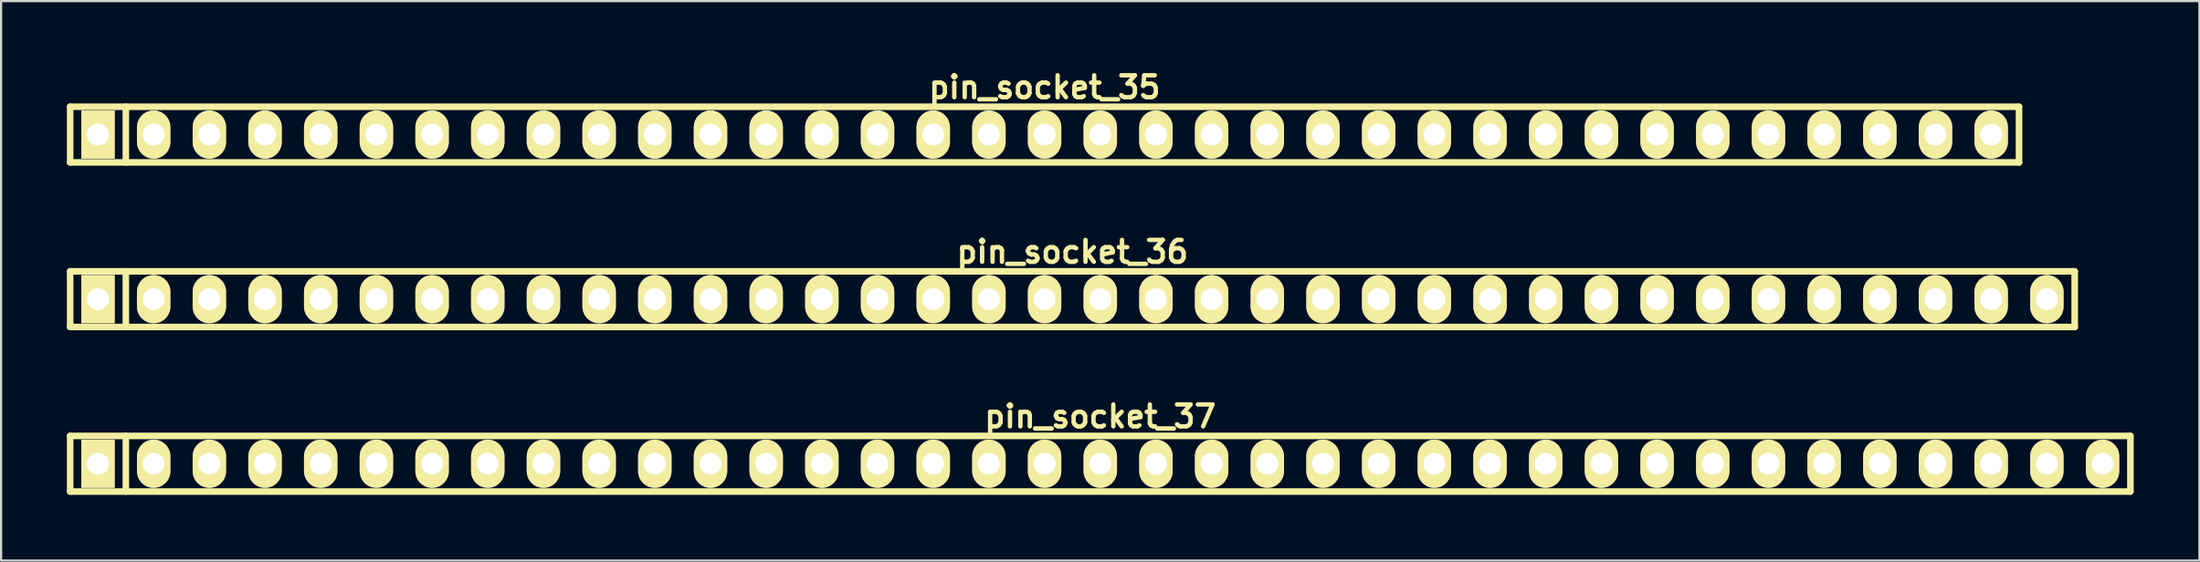
<source format=kicad_pcb>
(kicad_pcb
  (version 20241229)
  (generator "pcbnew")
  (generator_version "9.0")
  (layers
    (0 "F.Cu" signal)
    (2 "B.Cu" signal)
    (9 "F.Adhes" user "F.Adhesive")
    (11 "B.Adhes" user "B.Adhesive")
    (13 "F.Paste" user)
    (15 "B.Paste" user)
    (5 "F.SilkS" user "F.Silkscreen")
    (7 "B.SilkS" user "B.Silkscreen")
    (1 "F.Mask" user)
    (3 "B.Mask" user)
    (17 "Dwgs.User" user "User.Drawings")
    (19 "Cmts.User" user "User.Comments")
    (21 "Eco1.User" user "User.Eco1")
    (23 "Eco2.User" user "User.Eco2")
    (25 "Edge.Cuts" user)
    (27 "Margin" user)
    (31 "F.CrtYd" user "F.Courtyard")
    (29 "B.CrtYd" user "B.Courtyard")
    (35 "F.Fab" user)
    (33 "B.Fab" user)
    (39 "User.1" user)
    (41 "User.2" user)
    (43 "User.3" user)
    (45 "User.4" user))
  (footprint "pin_socket_35"
    (layer "F.Cu")
    (at 44.6 3.095)
    (property "Reference" "pin_socket_35" (at 0 -2.159 0) (layer "F.SilkS") (effects (font (size 1 1) (thickness 0.2))))
    (attr through_hole)
    (fp_line (start -44.45 -1.27) (end 44.45 -1.27) (stroke (width 0.3) (type solid)) (layer "F.SilkS"))
    (fp_line (start -44.45 1.27) (end -44.45 -1.27) (stroke (width 0.3) (type solid)) (layer "F.SilkS"))
    (fp_line (start -41.91 -1.27) (end -41.91 1.27) (stroke (width 0.3) (type solid)) (layer "F.SilkS"))
    (fp_line (start 44.45 -1.27) (end 44.45 1.27) (stroke (width 0.3) (type solid)) (layer "F.SilkS"))
    (fp_line (start 44.45 1.27) (end -44.45 1.27) (stroke (width 0.3) (type solid)) (layer "F.SilkS"))
    (pad "1" thru_hole rect (at -43.18 0) (size 1.524 2.2) (drill 1.001) (layers "*.Cu" "*.Mask" "F.SilkS"))
    (pad "2" thru_hole oval (at -40.64 0) (size 1.524 2.2) (drill 1.001) (layers "*.Cu" "*.Mask" "F.SilkS"))
    (pad "3" thru_hole oval (at -38.1 0) (size 1.524 2.2) (drill 1.001) (layers "*.Cu" "*.Mask" "F.SilkS"))
    (pad "4" thru_hole oval (at -35.56 0) (size 1.524 2.2) (drill 1.001) (layers "*.Cu" "*.Mask" "F.SilkS"))
    (pad "5" thru_hole oval (at -33.02 0) (size 1.524 2.2) (drill 1.001) (layers "*.Cu" "*.Mask" "F.SilkS"))
    (pad "6" thru_hole oval (at -30.48 0) (size 1.524 2.2) (drill 1.001) (layers "*.Cu" "*.Mask" "F.SilkS"))
    (pad "7" thru_hole oval (at -27.94 0) (size 1.524 2.2) (drill 1.001) (layers "*.Cu" "*.Mask" "F.SilkS"))
    (pad "8" thru_hole oval (at -25.4 0) (size 1.524 2.2) (drill 1.001) (layers "*.Cu" "*.Mask" "F.SilkS"))
    (pad "9" thru_hole oval (at -22.86 0) (size 1.524 2.2) (drill 1.001) (layers "*.Cu" "*.Mask" "F.SilkS"))
    (pad "10" thru_hole oval (at -20.32 0) (size 1.524 2.2) (drill 1.001) (layers "*.Cu" "*.Mask" "F.SilkS"))
    (pad "11" thru_hole oval (at -17.78 0) (size 1.524 2.2) (drill 1.001) (layers "*.Cu" "*.Mask" "F.SilkS"))
    (pad "12" thru_hole oval (at -15.24 0) (size 1.524 2.2) (drill 1.001) (layers "*.Cu" "*.Mask" "F.SilkS"))
    (pad "13" thru_hole oval (at -12.7 0) (size 1.524 2.2) (drill 1.001) (layers "*.Cu" "*.Mask" "F.SilkS"))
    (pad "14" thru_hole oval (at -10.16 0) (size 1.524 2.2) (drill 1.001) (layers "*.Cu" "*.Mask" "F.SilkS"))
    (pad "15" thru_hole oval (at -7.62 0) (size 1.524 2.2) (drill 1.001) (layers "*.Cu" "*.Mask" "F.SilkS"))
    (pad "16" thru_hole oval (at -5.08 0) (size 1.524 2.2) (drill 1.001) (layers "*.Cu" "*.Mask" "F.SilkS"))
    (pad "17" thru_hole oval (at -2.54 0) (size 1.524 2.2) (drill 1.001) (layers "*.Cu" "*.Mask" "F.SilkS"))
    (pad "18" thru_hole oval (at 0 0) (size 1.524 2.2) (drill 1.001) (layers "*.Cu" "*.Mask" "F.SilkS"))
    (pad "19" thru_hole oval (at 2.54 0) (size 1.524 2.2) (drill 1.001) (layers "*.Cu" "*.Mask" "F.SilkS"))
    (pad "20" thru_hole oval (at 5.08 0) (size 1.524 2.2) (drill 1.001) (layers "*.Cu" "*.Mask" "F.SilkS"))
    (pad "21" thru_hole oval (at 7.62 0) (size 1.524 2.2) (drill 1.001) (layers "*.Cu" "*.Mask" "F.SilkS"))
    (pad "22" thru_hole oval (at 10.16 0) (size 1.524 2.2) (drill 1.001) (layers "*.Cu" "*.Mask" "F.SilkS"))
    (pad "23" thru_hole oval (at 12.7 0) (size 1.524 2.2) (drill 1.001) (layers "*.Cu" "*.Mask" "F.SilkS"))
    (pad "24" thru_hole oval (at 15.24 0) (size 1.524 2.2) (drill 1.001) (layers "*.Cu" "*.Mask" "F.SilkS"))
    (pad "25" thru_hole oval (at 17.78 0) (size 1.524 2.2) (drill 1.001) (layers "*.Cu" "*.Mask" "F.SilkS"))
    (pad "26" thru_hole oval (at 20.32 0) (size 1.524 2.2) (drill 1.001) (layers "*.Cu" "*.Mask" "F.SilkS"))
    (pad "27" thru_hole oval (at 22.86 0) (size 1.524 2.2) (drill 1.001) (layers "*.Cu" "*.Mask" "F.SilkS"))
    (pad "28" thru_hole oval (at 25.4 0) (size 1.524 2.2) (drill 1.001) (layers "*.Cu" "*.Mask" "F.SilkS"))
    (pad "29" thru_hole oval (at 27.94 0) (size 1.524 2.2) (drill 1.001) (layers "*.Cu" "*.Mask" "F.SilkS"))
    (pad "30" thru_hole oval (at 30.48 0) (size 1.524 2.2) (drill 1.001) (layers "*.Cu" "*.Mask" "F.SilkS"))
    (pad "31" thru_hole oval (at 33.02 0) (size 1.524 2.2) (drill 1.001) (layers "*.Cu" "*.Mask" "F.SilkS"))
    (pad "32" thru_hole oval (at 35.56 0) (size 1.524 2.2) (drill 1.001) (layers "*.Cu" "*.Mask" "F.SilkS"))
    (pad "33" thru_hole oval (at 38.1 0) (size 1.524 2.2) (drill 1.001) (layers "*.Cu" "*.Mask" "F.SilkS"))
    (pad "34" thru_hole oval (at 40.64 0) (size 1.524 2.2) (drill 1.001) (layers "*.Cu" "*.Mask" "F.SilkS"))
    (pad "35" thru_hole oval (at 43.18 0) (size 1.524 2.2) (drill 1.001) (layers "*.Cu" "*.Mask" "F.SilkS")))
  (footprint "pin_socket_36"
    (layer "F.Cu")
    (at 45.87 10.61)
    (property "Reference" "pin_socket_36" (at 0 -2.159 0) (layer "F.SilkS") (effects (font (size 1 1) (thickness 0.2))))
    (attr through_hole)
    (fp_line (start -45.72 -1.27) (end 45.72 -1.27) (stroke (width 0.3) (type solid)) (layer "F.SilkS"))
    (fp_line (start -45.72 1.27) (end -45.72 -1.27) (stroke (width 0.3) (type solid)) (layer "F.SilkS"))
    (fp_line (start -43.18 -1.27) (end -43.18 1.27) (stroke (width 0.3) (type solid)) (layer "F.SilkS"))
    (fp_line (start 45.72 -1.27) (end 45.72 1.27) (stroke (width 0.3) (type solid)) (layer "F.SilkS"))
    (fp_line (start 45.72 1.27) (end -45.72 1.27) (stroke (width 0.3) (type solid)) (layer "F.SilkS"))
    (pad "1" thru_hole rect (at -44.45 0) (size 1.524 2.2) (drill 1.001) (layers "*.Cu" "*.Mask" "F.SilkS"))
    (pad "2" thru_hole oval (at -41.91 0) (size 1.524 2.2) (drill 1.001) (layers "*.Cu" "*.Mask" "F.SilkS"))
    (pad "3" thru_hole oval (at -39.37 0) (size 1.524 2.2) (drill 1.001) (layers "*.Cu" "*.Mask" "F.SilkS"))
    (pad "4" thru_hole oval (at -36.83 0) (size 1.524 2.2) (drill 1.001) (layers "*.Cu" "*.Mask" "F.SilkS"))
    (pad "5" thru_hole oval (at -34.29 0) (size 1.524 2.2) (drill 1.001) (layers "*.Cu" "*.Mask" "F.SilkS"))
    (pad "6" thru_hole oval (at -31.75 0) (size 1.524 2.2) (drill 1.001) (layers "*.Cu" "*.Mask" "F.SilkS"))
    (pad "7" thru_hole oval (at -29.21 0) (size 1.524 2.2) (drill 1.001) (layers "*.Cu" "*.Mask" "F.SilkS"))
    (pad "8" thru_hole oval (at -26.67 0) (size 1.524 2.2) (drill 1.001) (layers "*.Cu" "*.Mask" "F.SilkS"))
    (pad "9" thru_hole oval (at -24.13 0) (size 1.524 2.2) (drill 1.001) (layers "*.Cu" "*.Mask" "F.SilkS"))
    (pad "10" thru_hole oval (at -21.59 0) (size 1.524 2.2) (drill 1.001) (layers "*.Cu" "*.Mask" "F.SilkS"))
    (pad "11" thru_hole oval (at -19.05 0) (size 1.524 2.2) (drill 1.001) (layers "*.Cu" "*.Mask" "F.SilkS"))
    (pad "12" thru_hole oval (at -16.51 0) (size 1.524 2.2) (drill 1.001) (layers "*.Cu" "*.Mask" "F.SilkS"))
    (pad "13" thru_hole oval (at -13.97 0) (size 1.524 2.2) (drill 1.001) (layers "*.Cu" "*.Mask" "F.SilkS"))
    (pad "14" thru_hole oval (at -11.43 0) (size 1.524 2.2) (drill 1.001) (layers "*.Cu" "*.Mask" "F.SilkS"))
    (pad "15" thru_hole oval (at -8.89 0) (size 1.524 2.2) (drill 1.001) (layers "*.Cu" "*.Mask" "F.SilkS"))
    (pad "16" thru_hole oval (at -6.35 0) (size 1.524 2.2) (drill 1.001) (layers "*.Cu" "*.Mask" "F.SilkS"))
    (pad "17" thru_hole oval (at -3.81 0) (size 1.524 2.2) (drill 1.001) (layers "*.Cu" "*.Mask" "F.SilkS"))
    (pad "18" thru_hole oval (at -1.27 0) (size 1.524 2.2) (drill 1.001) (layers "*.Cu" "*.Mask" "F.SilkS"))
    (pad "19" thru_hole oval (at 1.27 0) (size 1.524 2.2) (drill 1.001) (layers "*.Cu" "*.Mask" "F.SilkS"))
    (pad "20" thru_hole oval (at 3.81 0) (size 1.524 2.2) (drill 1.001) (layers "*.Cu" "*.Mask" "F.SilkS"))
    (pad "21" thru_hole oval (at 6.35 0) (size 1.524 2.2) (drill 1.001) (layers "*.Cu" "*.Mask" "F.SilkS"))
    (pad "22" thru_hole oval (at 8.89 0) (size 1.524 2.2) (drill 1.001) (layers "*.Cu" "*.Mask" "F.SilkS"))
    (pad "23" thru_hole oval (at 11.43 0) (size 1.524 2.2) (drill 1.001) (layers "*.Cu" "*.Mask" "F.SilkS"))
    (pad "24" thru_hole oval (at 13.97 0) (size 1.524 2.2) (drill 1.001) (layers "*.Cu" "*.Mask" "F.SilkS"))
    (pad "25" thru_hole oval (at 16.51 0) (size 1.524 2.2) (drill 1.001) (layers "*.Cu" "*.Mask" "F.SilkS"))
    (pad "26" thru_hole oval (at 19.05 0) (size 1.524 2.2) (drill 1.001) (layers "*.Cu" "*.Mask" "F.SilkS"))
    (pad "27" thru_hole oval (at 21.59 0) (size 1.524 2.2) (drill 1.001) (layers "*.Cu" "*.Mask" "F.SilkS"))
    (pad "28" thru_hole oval (at 24.13 0) (size 1.524 2.2) (drill 1.001) (layers "*.Cu" "*.Mask" "F.SilkS"))
    (pad "29" thru_hole oval (at 26.67 0) (size 1.524 2.2) (drill 1.001) (layers "*.Cu" "*.Mask" "F.SilkS"))
    (pad "30" thru_hole oval (at 29.21 0) (size 1.524 2.2) (drill 1.001) (layers "*.Cu" "*.Mask" "F.SilkS"))
    (pad "31" thru_hole oval (at 31.75 0) (size 1.524 2.2) (drill 1.001) (layers "*.Cu" "*.Mask" "F.SilkS"))
    (pad "32" thru_hole oval (at 34.29 0) (size 1.524 2.2) (drill 1.001) (layers "*.Cu" "*.Mask" "F.SilkS"))
    (pad "33" thru_hole oval (at 36.83 0) (size 1.524 2.2) (drill 1.001) (layers "*.Cu" "*.Mask" "F.SilkS"))
    (pad "34" thru_hole oval (at 39.37 0) (size 1.524 2.2) (drill 1.001) (layers "*.Cu" "*.Mask" "F.SilkS"))
    (pad "35" thru_hole oval (at 41.91 0) (size 1.524 2.2) (drill 1.001) (layers "*.Cu" "*.Mask" "F.SilkS"))
    (pad "36" thru_hole oval (at 44.45 0) (size 1.524 2.2) (drill 1.001) (layers "*.Cu" "*.Mask" "F.SilkS")))
  (footprint "pin_socket_37"
    (layer "F.Cu")
    (at 47.14 18.125)
    (property "Reference" "pin_socket_37" (at 0 -2.159 0) (layer "F.SilkS") (effects (font (size 1 1) (thickness 0.2))))
    (attr through_hole)
    (fp_line (start -46.99 -1.27) (end 46.99 -1.27) (stroke (width 0.3) (type solid)) (layer "F.SilkS"))
    (fp_line (start -46.99 1.27) (end -46.99 -1.27) (stroke (width 0.3) (type solid)) (layer "F.SilkS"))
    (fp_line (start -44.45 -1.27) (end -44.45 1.27) (stroke (width 0.3) (type solid)) (layer "F.SilkS"))
    (fp_line (start 46.99 -1.27) (end 46.99 1.27) (stroke (width 0.3) (type solid)) (layer "F.SilkS"))
    (fp_line (start 46.99 1.27) (end -46.99 1.27) (stroke (width 0.3) (type solid)) (layer "F.SilkS"))
    (pad "1" thru_hole rect (at -45.72 0) (size 1.524 2.2) (drill 1.001) (layers "*.Cu" "*.Mask" "F.SilkS"))
    (pad "2" thru_hole oval (at -43.18 0) (size 1.524 2.2) (drill 1.001) (layers "*.Cu" "*.Mask" "F.SilkS"))
    (pad "3" thru_hole oval (at -40.64 0) (size 1.524 2.2) (drill 1.001) (layers "*.Cu" "*.Mask" "F.SilkS"))
    (pad "4" thru_hole oval (at -38.1 0) (size 1.524 2.2) (drill 1.001) (layers "*.Cu" "*.Mask" "F.SilkS"))
    (pad "5" thru_hole oval (at -35.56 0) (size 1.524 2.2) (drill 1.001) (layers "*.Cu" "*.Mask" "F.SilkS"))
    (pad "6" thru_hole oval (at -33.02 0) (size 1.524 2.2) (drill 1.001) (layers "*.Cu" "*.Mask" "F.SilkS"))
    (pad "7" thru_hole oval (at -30.48 0) (size 1.524 2.2) (drill 1.001) (layers "*.Cu" "*.Mask" "F.SilkS"))
    (pad "8" thru_hole oval (at -27.94 0) (size 1.524 2.2) (drill 1.001) (layers "*.Cu" "*.Mask" "F.SilkS"))
    (pad "9" thru_hole oval (at -25.4 0) (size 1.524 2.2) (drill 1.001) (layers "*.Cu" "*.Mask" "F.SilkS"))
    (pad "10" thru_hole oval (at -22.86 0) (size 1.524 2.2) (drill 1.001) (layers "*.Cu" "*.Mask" "F.SilkS"))
    (pad "11" thru_hole oval (at -20.32 0) (size 1.524 2.2) (drill 1.001) (layers "*.Cu" "*.Mask" "F.SilkS"))
    (pad "12" thru_hole oval (at -17.78 0) (size 1.524 2.2) (drill 1.001) (layers "*.Cu" "*.Mask" "F.SilkS"))
    (pad "13" thru_hole oval (at -15.24 0) (size 1.524 2.2) (drill 1.001) (layers "*.Cu" "*.Mask" "F.SilkS"))
    (pad "14" thru_hole oval (at -12.7 0) (size 1.524 2.2) (drill 1.001) (layers "*.Cu" "*.Mask" "F.SilkS"))
    (pad "15" thru_hole oval (at -10.16 0) (size 1.524 2.2) (drill 1.001) (layers "*.Cu" "*.Mask" "F.SilkS"))
    (pad "16" thru_hole oval (at -7.62 0) (size 1.524 2.2) (drill 1.001) (layers "*.Cu" "*.Mask" "F.SilkS"))
    (pad "17" thru_hole oval (at -5.08 0) (size 1.524 2.2) (drill 1.001) (layers "*.Cu" "*.Mask" "F.SilkS"))
    (pad "18" thru_hole oval (at -2.54 0) (size 1.524 2.2) (drill 1.001) (layers "*.Cu" "*.Mask" "F.SilkS"))
    (pad "19" thru_hole oval (at 0 0) (size 1.524 2.2) (drill 1.001) (layers "*.Cu" "*.Mask" "F.SilkS"))
    (pad "20" thru_hole oval (at 2.54 0) (size 1.524 2.2) (drill 1.001) (layers "*.Cu" "*.Mask" "F.SilkS"))
    (pad "21" thru_hole oval (at 5.08 0) (size 1.524 2.2) (drill 1.001) (layers "*.Cu" "*.Mask" "F.SilkS"))
    (pad "22" thru_hole oval (at 7.62 0) (size 1.524 2.2) (drill 1.001) (layers "*.Cu" "*.Mask" "F.SilkS"))
    (pad "23" thru_hole oval (at 10.16 0) (size 1.524 2.2) (drill 1.001) (layers "*.Cu" "*.Mask" "F.SilkS"))
    (pad "24" thru_hole oval (at 12.7 0) (size 1.524 2.2) (drill 1.001) (layers "*.Cu" "*.Mask" "F.SilkS"))
    (pad "25" thru_hole oval (at 15.24 0) (size 1.524 2.2) (drill 1.001) (layers "*.Cu" "*.Mask" "F.SilkS"))
    (pad "26" thru_hole oval (at 17.78 0) (size 1.524 2.2) (drill 1.001) (layers "*.Cu" "*.Mask" "F.SilkS"))
    (pad "27" thru_hole oval (at 20.32 0) (size 1.524 2.2) (drill 1.001) (layers "*.Cu" "*.Mask" "F.SilkS"))
    (pad "28" thru_hole oval (at 22.86 0) (size 1.524 2.2) (drill 1.001) (layers "*.Cu" "*.Mask" "F.SilkS"))
    (pad "29" thru_hole oval (at 25.4 0) (size 1.524 2.2) (drill 1.001) (layers "*.Cu" "*.Mask" "F.SilkS"))
    (pad "30" thru_hole oval (at 27.94 0) (size 1.524 2.2) (drill 1.001) (layers "*.Cu" "*.Mask" "F.SilkS"))
    (pad "31" thru_hole oval (at 30.48 0) (size 1.524 2.2) (drill 1.001) (layers "*.Cu" "*.Mask" "F.SilkS"))
    (pad "32" thru_hole oval (at 33.02 0) (size 1.524 2.2) (drill 1.001) (layers "*.Cu" "*.Mask" "F.SilkS"))
    (pad "33" thru_hole oval (at 35.56 0) (size 1.524 2.2) (drill 1.001) (layers "*.Cu" "*.Mask" "F.SilkS"))
    (pad "34" thru_hole oval (at 38.1 0) (size 1.524 2.2) (drill 1.001) (layers "*.Cu" "*.Mask" "F.SilkS"))
    (pad "35" thru_hole oval (at 40.64 0) (size 1.524 2.2) (drill 1.001) (layers "*.Cu" "*.Mask" "F.SilkS"))
    (pad "36" thru_hole oval (at 43.18 0) (size 1.524 2.2) (drill 1.001) (layers "*.Cu" "*.Mask" "F.SilkS"))
    (pad "37" thru_hole oval (at 45.72 0) (size 1.524 2.2) (drill 1.001) (layers "*.Cu" "*.Mask" "F.SilkS")))
  (gr_rect
    (start -3 -3)
    (end 97.28 22.545)
    (stroke (width 0.1) (type default))
    (fill no)
    (layer "Edge.Cuts")))
</source>
